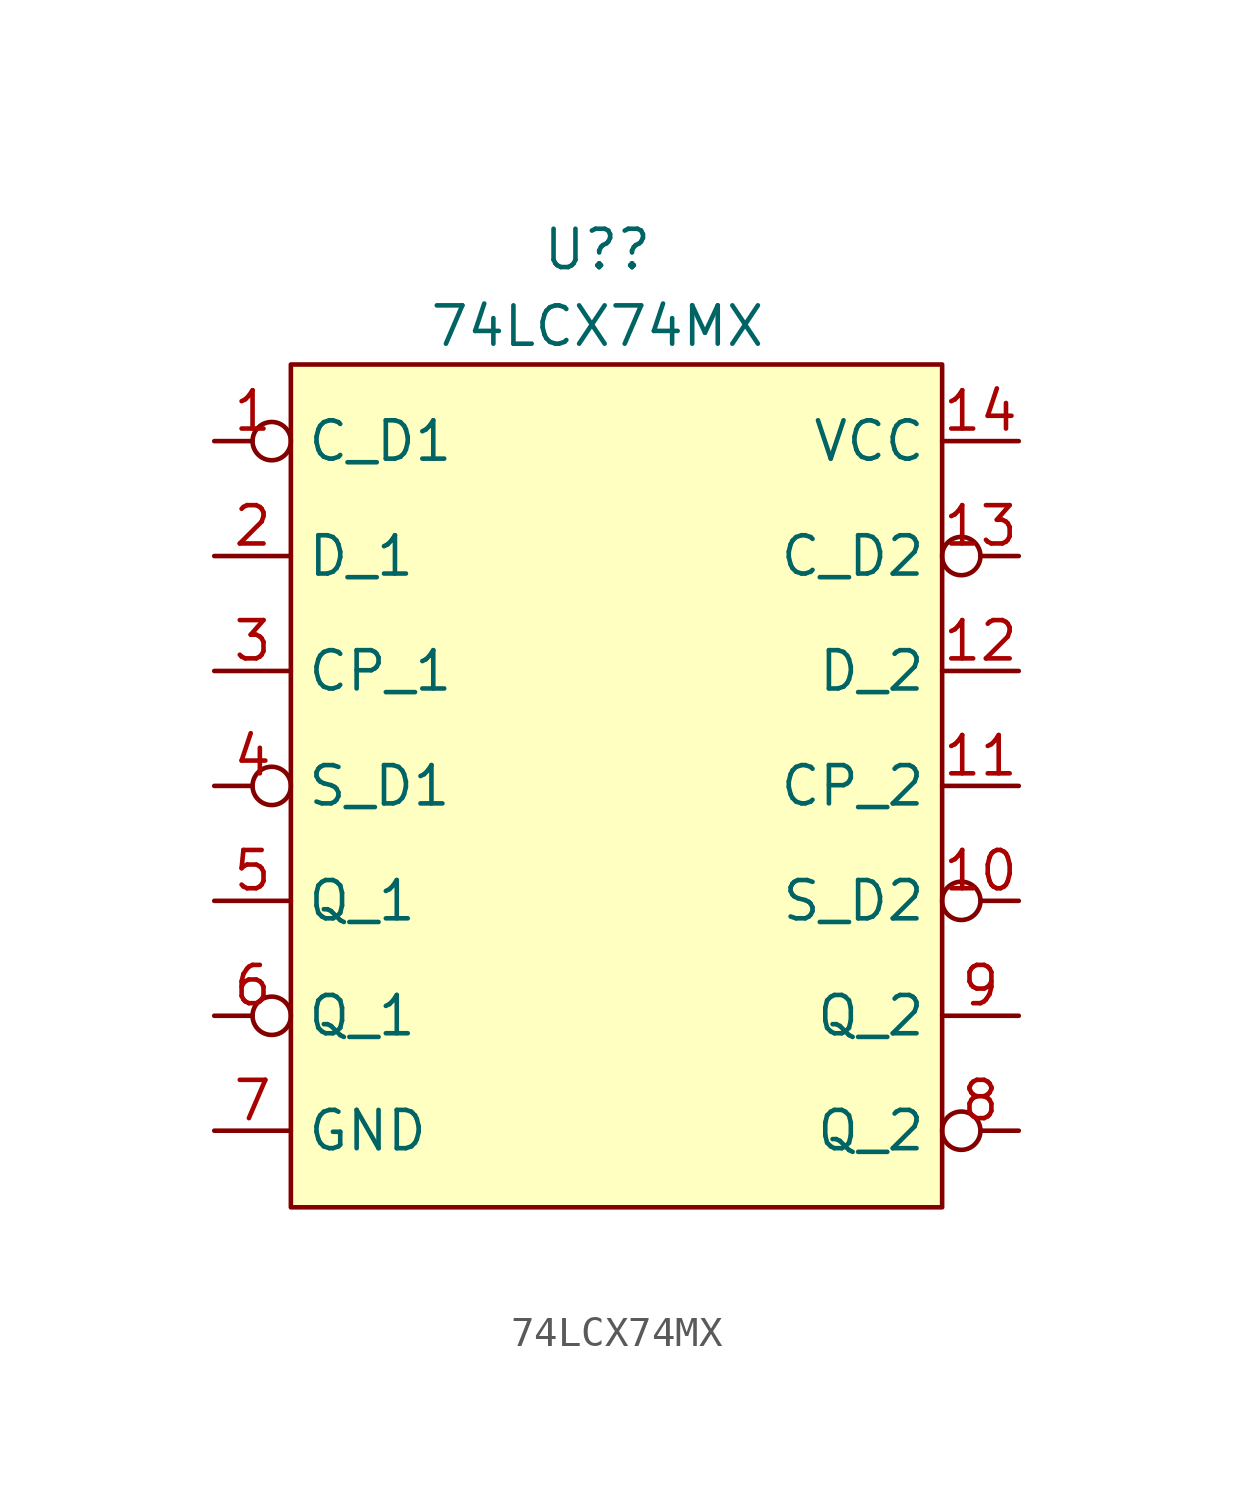
<source format=kicad_sym>
(kicad_symbol_lib
  (version 20211014)
  (generator kicad_symbol_editor)
  (symbol "74LCX74MX"
    (property "Reference" "U?"
      (at 5.08 0 0)
      (effects (font (size 1.27 1.27))))
    (property "Value" "74LCX74MX"
      (at 5.08 -2.54 0)
      (effects (font (size 1.27 1.27))))
    (symbol "74LCX74MX_0_1"
      (rectangle (start -5.08 -3.81) (end 16.51 -31.75) (stroke (width 0) (type default) (color 0 0 0 0)) (fill (type background))))
    (symbol "74LCX74MX_1_1"
      (pin input inverted (at -7.62 -6.35 0) (length 2.54) (name "C_D1" (effects (font (size 1.27 1.27)))) (number "1" (effects (font (size 1.27 1.27)))))
      (pin input inverted (at 19.05 -21.59 180) (length 2.54) (name "S_D2" (effects (font (size 1.27 1.27)))) (number "10" (effects (font (size 1.27 1.27)))))
      (pin input line (at 19.05 -17.78 180) (length 2.54) (name "CP_2" (effects (font (size 1.27 1.27)))) (number "11" (effects (font (size 1.27 1.27)))))
      (pin input line (at 19.05 -13.97 180) (length 2.54) (name "D_2" (effects (font (size 1.27 1.27)))) (number "12" (effects (font (size 1.27 1.27)))))
      (pin input inverted (at 19.05 -10.16 180) (length 2.54) (name "C_D2" (effects (font (size 1.27 1.27)))) (number "13" (effects (font (size 1.27 1.27)))))
      (pin input line (at 19.05 -6.35 180) (length 2.54) (name "VCC" (effects (font (size 1.27 1.27)))) (number "14" (effects (font (size 1.27 1.27)))))
      (pin input line (at -7.62 -10.16 0) (length 2.54) (name "D_1" (effects (font (size 1.27 1.27)))) (number "2" (effects (font (size 1.27 1.27)))))
      (pin input line (at -7.62 -13.97 0) (length 2.54) (name "CP_1" (effects (font (size 1.27 1.27)))) (number "3" (effects (font (size 1.27 1.27)))))
      (pin input inverted (at -7.62 -17.78 0) (length 2.54) (name "S_D1" (effects (font (size 1.27 1.27)))) (number "4" (effects (font (size 1.27 1.27)))))
      (pin output line (at -7.62 -21.59 0) (length 2.54) (name "Q_1" (effects (font (size 1.27 1.27)))) (number "5" (effects (font (size 1.27 1.27)))))
      (pin output inverted (at -7.62 -25.4 0) (length 2.54) (name "Q_1" (effects (font (size 1.27 1.27)))) (number "6" (effects (font (size 1.27 1.27)))))
      (pin input line (at -7.62 -29.21 0) (length 2.54) (name "GND" (effects (font (size 1.27 1.27)))) (number "7" (effects (font (size 1.27 1.27)))))
      (pin output inverted (at 19.05 -29.21 180) (length 2.54) (name "Q_2" (effects (font (size 1.27 1.27)))) (number "8" (effects (font (size 1.27 1.27)))))
      (pin output line (at 19.05 -25.4 180) (length 2.54) (name "Q_2" (effects (font (size 1.27 1.27)))) (number "9" (effects (font (size 1.27 1.27))))))))
</source>
